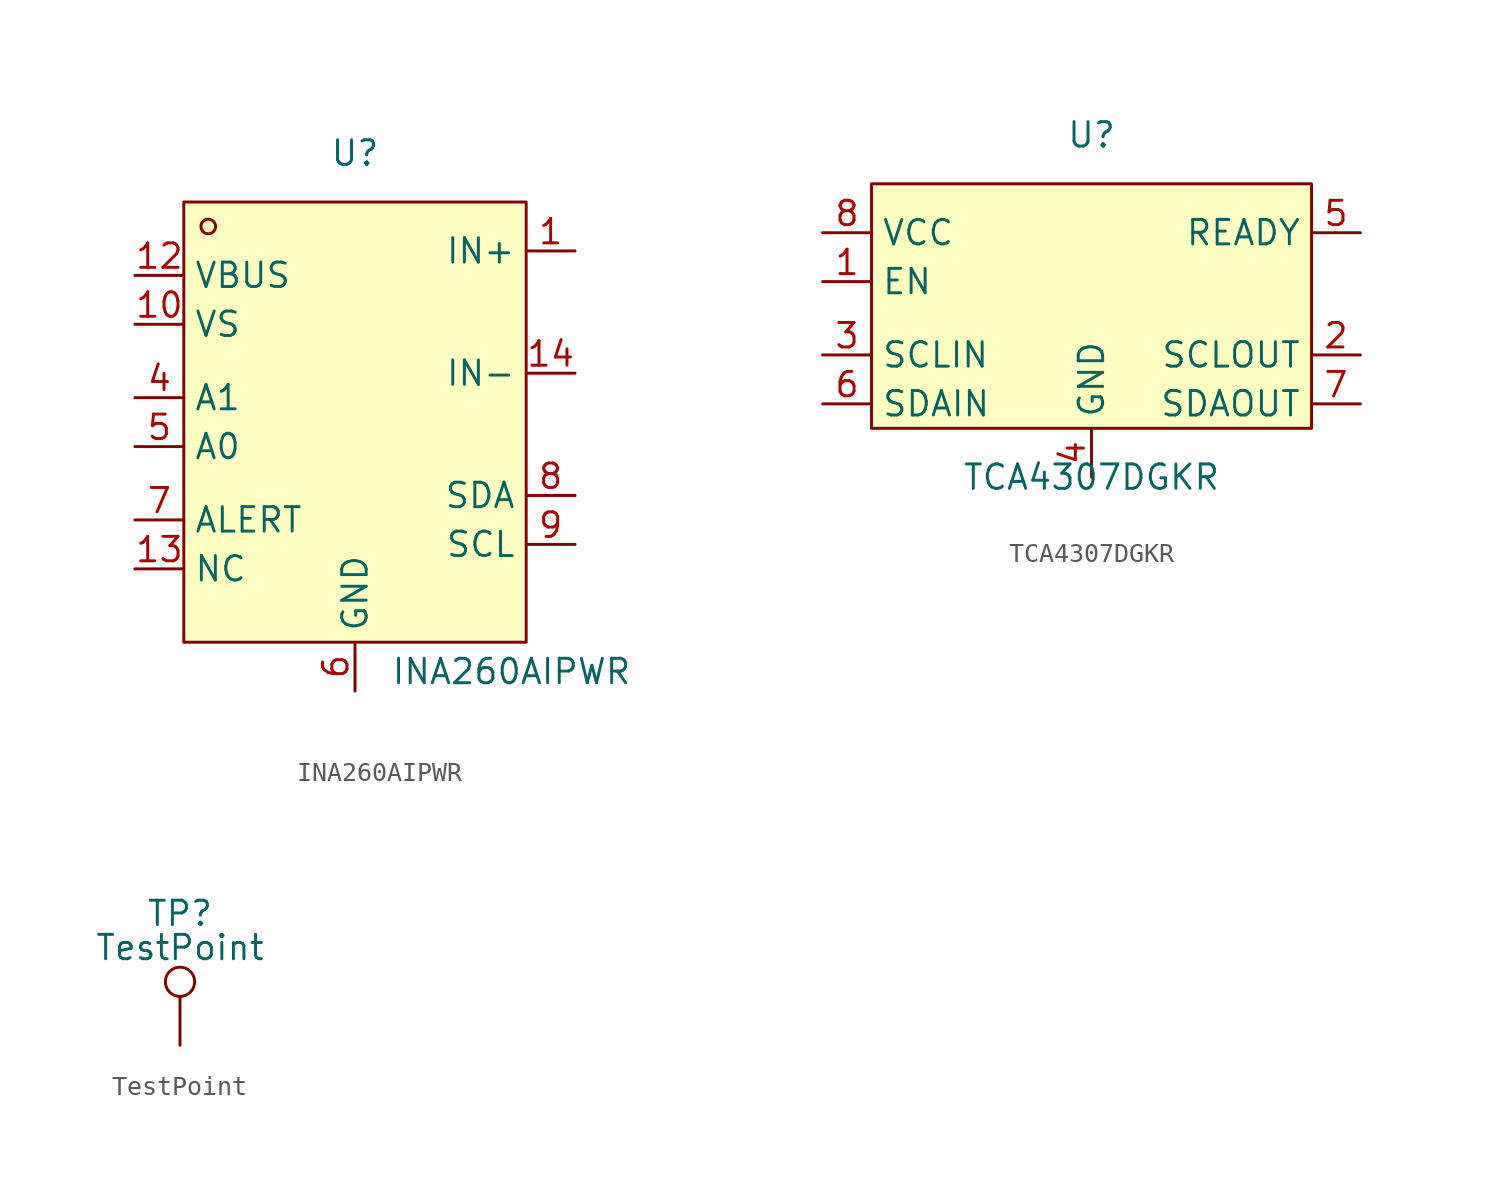
<source format=kicad_sym>
(kicad_symbol_lib
  (version 20241209)
  (generator "kicad_symbol_editor")
  (generator_version "9.0")
  (symbol "INA260AIPWR"
    (property "Reference" "U"
      (at 0 13.97 0)
      (effects (font (size 1.27 1.27))))
    (property "Value" "INA260AIPWR"
      (at 8.128 -12.954 0)
      (effects (font (size 1.27 1.27))))
    (symbol "INA260AIPWR_0_1"
      (rectangle (start -8.89 11.43) (end 8.89 -11.43) (stroke (width 0) (type default)) (fill (type background)))
      (circle (center -7.62 10.16) (radius 0.38) (stroke (width 0) (type default)) (fill (type none))))
    (symbol "INA260AIPWR_1_1"
      (pin passive line (at -11.43 7.62 0) (length 2.54) (name "VBUS" (effects (font (size 1.27 1.27)))) (number "12" (effects (font (size 1.27 1.27)))))
      (pin passive line (at -11.43 5.08 0) (length 2.54) (name "VS" (effects (font (size 1.27 1.27)))) (number "10" (effects (font (size 1.27 1.27)))))
      (pin passive line (at -11.43 1.27 0) (length 2.54) (name "A1" (effects (font (size 1.27 1.27)))) (number "4" (effects (font (size 1.27 1.27)))))
      (pin passive line (at -11.43 -1.27 0) (length 2.54) (name "A0" (effects (font (size 1.27 1.27)))) (number "5" (effects (font (size 1.27 1.27)))))
      (pin passive line (at -11.43 -5.08 0) (length 2.54) (name "ALERT" (effects (font (size 1.27 1.27)))) (number "7" (effects (font (size 1.27 1.27)))))
      (pin passive line (at -11.43 -7.62 0) (length 2.54) (name "NC" (effects (font (size 1.27 1.27)))) (number "13" (effects (font (size 1.27 1.27)))))
      (pin passive line (at 0 -13.97 90) (length 2.54) (name "GND" (effects (font (size 1.27 1.27)))) (number "6" (effects (font (size 1.27 1.27)))))
      (pin passive line (at 11.43 8.89 180) (length 2.54) (name "IN+" (effects (font (size 1.27 1.27)))) (number "1" (effects (font (size 1.27 1.27)))))
      (pin passive line (at 11.43 2.54 180) (length 2.54) (name "IN-" (effects (font (size 1.27 1.27)))) (number "14" (effects (font (size 1.27 1.27)))))
      (pin passive line (at 11.43 -3.81 180) (length 2.54) (name "SDA" (effects (font (size 1.27 1.27)))) (number "8" (effects (font (size 1.27 1.27)))))
      (pin passive line (at 11.43 -6.35 180) (length 2.54) (name "SCL" (effects (font (size 1.27 1.27)))) (number "9" (effects (font (size 1.27 1.27)))))))
  (symbol "TCA4307DGKR"
    (property "Reference" "U"
      (at 0 8.89 0)
      (effects (font (size 1.27 1.27))))
    (property "Value" "TCA4307DGKR"
      (at 0 -8.89 0)
      (effects (font (size 1.27 1.27))))
    (symbol "TCA4307DGKR_0_1"
      (rectangle (start -11.43 6.35) (end 11.43 -6.35) (stroke (width 0) (type default)) (fill (type background)))
      (pin unspecified line (at -13.97 3.81 0) (length 2.54) (name "VCC" (effects (font (size 1.27 1.27)))) (number "8" (effects (font (size 1.27 1.27)))))
      (pin unspecified line (at -13.97 1.27 0) (length 2.54) (name "EN" (effects (font (size 1.27 1.27)))) (number "1" (effects (font (size 1.27 1.27)))))
      (pin unspecified line (at -13.97 -2.54 0) (length 2.54) (name "SCLIN" (effects (font (size 1.27 1.27)))) (number "3" (effects (font (size 1.27 1.27)))))
      (pin unspecified line (at -13.97 -5.08 0) (length 2.54) (name "SDAIN" (effects (font (size 1.27 1.27)))) (number "6" (effects (font (size 1.27 1.27)))))
      (pin unspecified line (at 0 -8.89 90) (length 2.54) (name "GND" (effects (font (size 1.27 1.27)))) (number "4" (effects (font (size 1.27 1.27)))))
      (pin unspecified line (at 13.97 3.81 180) (length 2.54) (name "READY" (effects (font (size 1.27 1.27)))) (number "5" (effects (font (size 1.27 1.27)))))
      (pin unspecified line (at 13.97 -2.54 180) (length 2.54) (name "SCLOUT" (effects (font (size 1.27 1.27)))) (number "2" (effects (font (size 1.27 1.27)))))
      (pin unspecified line (at 13.97 -5.08 180) (length 2.54) (name "SDAOUT" (effects (font (size 1.27 1.27)))) (number "7" (effects (font (size 1.27 1.27)))))))
  (symbol "TestPoint"
    (pin_numbers
      (hide yes))
    (pin_names
      (offset 0.762)
      (hide yes))
    (property "Reference" "TP"
      (at 0 6.858 0)
      (effects (font (size 1.27 1.27))))
    (property "Value" "TestPoint"
      (at 0 5.08 0)
      (effects (font (size 1.27 1.27))))
    (symbol "TestPoint_0_1"
      (circle (center 0 3.302) (radius 0.762) (stroke (width 0) (type default)) (fill (type none))))
    (symbol "TestPoint_1_1"
      (pin passive line (at 0 0 90) (length 2.54) (name "1" (effects (font (size 1.27 1.27)))) (number "1" (effects (font (size 1.27 1.27))))))))
</source>
